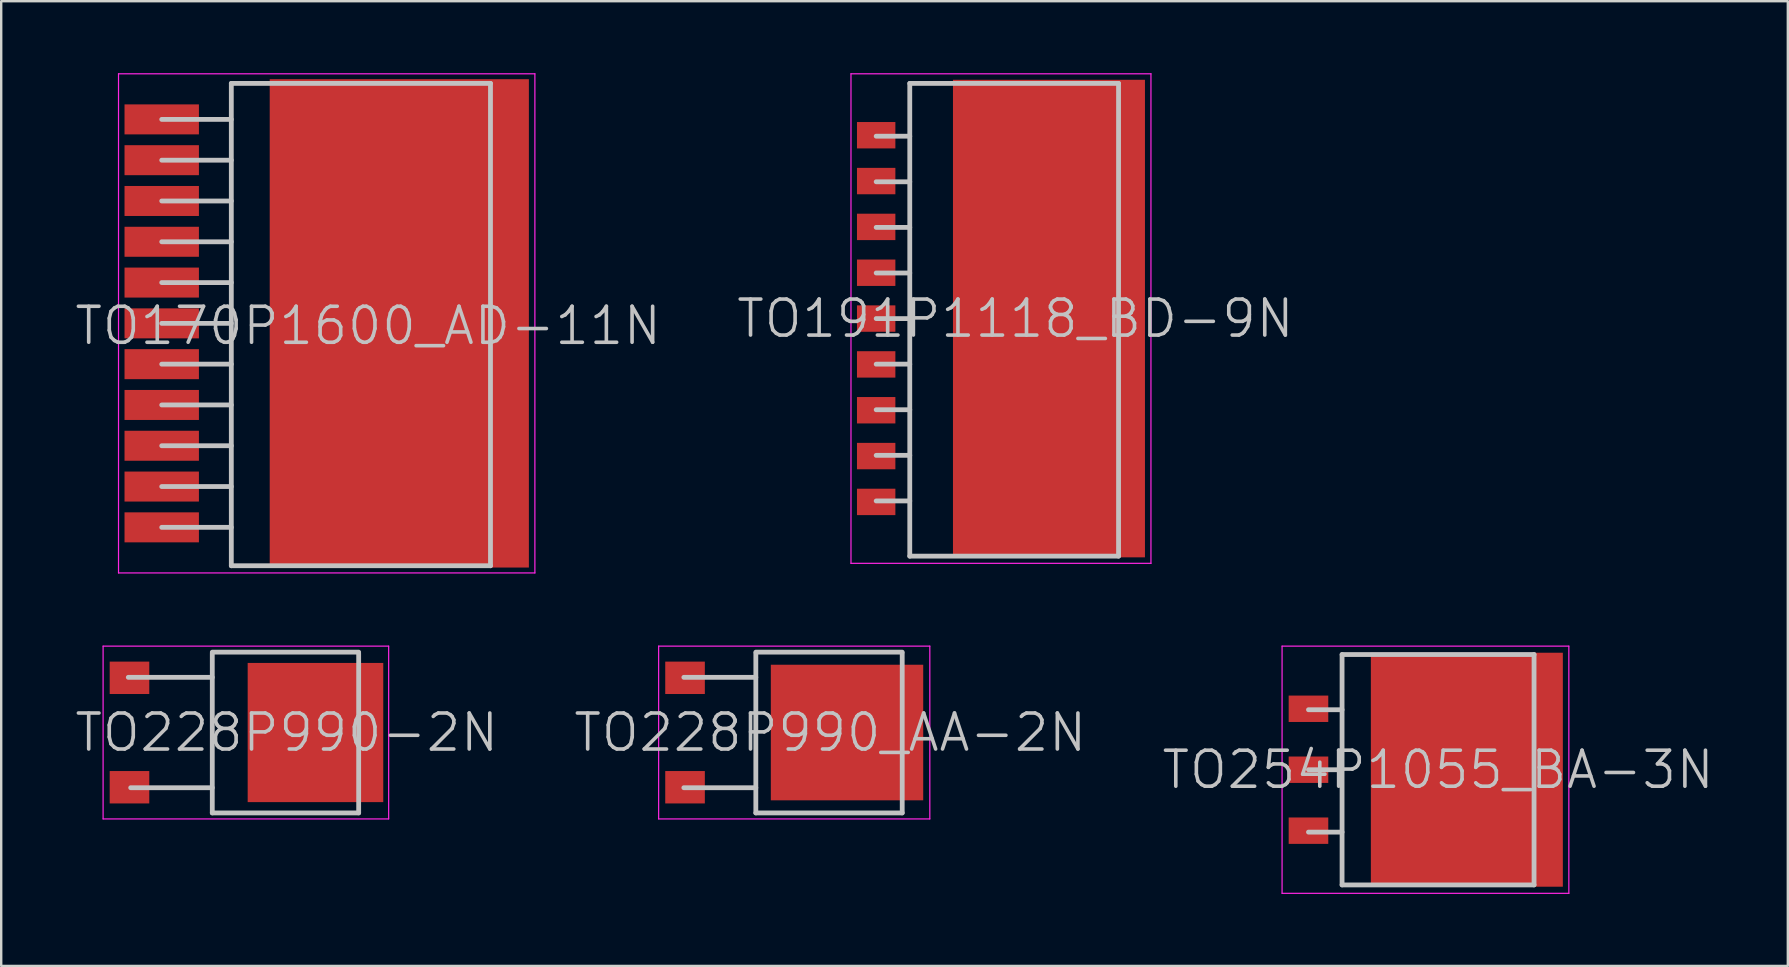
<source format=kicad_pcb>
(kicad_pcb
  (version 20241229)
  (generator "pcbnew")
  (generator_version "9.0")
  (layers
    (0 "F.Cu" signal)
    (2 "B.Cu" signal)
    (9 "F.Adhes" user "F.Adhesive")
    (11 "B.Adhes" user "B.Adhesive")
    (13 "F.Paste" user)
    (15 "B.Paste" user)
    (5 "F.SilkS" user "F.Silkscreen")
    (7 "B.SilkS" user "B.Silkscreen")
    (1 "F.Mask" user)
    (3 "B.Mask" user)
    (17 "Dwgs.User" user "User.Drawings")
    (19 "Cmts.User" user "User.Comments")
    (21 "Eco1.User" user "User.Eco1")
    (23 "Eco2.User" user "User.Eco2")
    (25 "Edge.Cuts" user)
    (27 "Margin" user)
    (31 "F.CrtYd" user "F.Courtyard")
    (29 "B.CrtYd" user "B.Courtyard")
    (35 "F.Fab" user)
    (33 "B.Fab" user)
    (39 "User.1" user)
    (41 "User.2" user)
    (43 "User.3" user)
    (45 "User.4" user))
  (footprint "TO228P990-2N"
    (layer "F.Cu")
    (at 6.896 27.475)
    (property "Reference" "TO228P990-2N" (at 2 0 180) (layer "Dwgs.User") (effects (font (size 1.5 1.5) (thickness 0.15))))
    (attr smd)
    (fp_line (start -4.6 -2.3) (end -1.1 -2.3) (stroke (width 0.2) (type solid)) (layer "Dwgs.User"))
    (fp_line (start -4.5 2.3) (end -1.1 2.3) (stroke (width 0.2) (type solid)) (layer "Dwgs.User"))
    (fp_line (start -1.1 -3.35) (end 5 -3.35) (stroke (width 0.2) (type solid)) (layer "Dwgs.User"))
    (fp_line (start -1.1 -3.3) (end -1.1 3.35) (stroke (width 0.2) (type solid)) (layer "Dwgs.User"))
    (fp_line (start -1.1 3.35) (end 5 3.35) (stroke (width 0.2) (type solid)) (layer "Dwgs.User"))
    (fp_line (start 5 -3.3) (end 5 3.35) (stroke (width 0.2) (type solid)) (layer "Dwgs.User"))
    (fp_line (start -5.65 -3.6) (end -5.65 3.6) (stroke (width 0.05) (type solid)) (layer "F.CrtYd"))
    (fp_line (start 6.25 -3.6) (end -5.65 -3.6) (stroke (width 0.05) (type solid)) (layer "F.CrtYd"))
    (fp_line (start 6.25 -3.6) (end 6.25 3.6) (stroke (width 0.05) (type solid)) (layer "F.CrtYd"))
    (fp_line (start 6.25 3.6) (end -5.65 3.6) (stroke (width 0.05) (type solid)) (layer "F.CrtYd"))
    (pad "1" smd rect (at -4.55 -2.28 270) (size 1.35 1.65) (layers "F.Cu" "F.Mask" "F.Paste"))
    (pad "3" smd rect (at -4.55 2.28 270) (size 1.35 1.65) (layers "F.Cu" "F.Mask" "F.Paste"))
    (pad "4" smd rect (at 3.2 0 270) (size 5.8 5.65) (layers "F.Cu" "F.Mask" "F.Paste")))
  (footprint "TO170P1600_AD-11N"
    (layer "F.Cu")
    (at 10.589 10.425)
    (property "Reference" "TO170P1600_AD-11N" (at 1.7 0.1 180) (layer "Dwgs.User") (effects (font (size 1.5 1.5) (thickness 0.15))))
    (attr smd)
    (fp_line (start -6.9 -8.5) (end -4 -8.5) (stroke (width 0.2) (type solid)) (layer "Dwgs.User"))
    (fp_line (start -6.9 -6.8) (end -4 -6.8) (stroke (width 0.2) (type solid)) (layer "Dwgs.User"))
    (fp_line (start -6.9 -5.1) (end -4 -5.1) (stroke (width 0.2) (type solid)) (layer "Dwgs.User"))
    (fp_line (start -6.9 -3.4) (end -4 -3.4) (stroke (width 0.2) (type solid)) (layer "Dwgs.User"))
    (fp_line (start -6.9 -1.7) (end -4 -1.7) (stroke (width 0.2) (type solid)) (layer "Dwgs.User"))
    (fp_line (start -6.9 0) (end -4 0) (stroke (width 0.2) (type solid)) (layer "Dwgs.User"))
    (fp_line (start -6.9 1.7) (end -4 1.7) (stroke (width 0.2) (type solid)) (layer "Dwgs.User"))
    (fp_line (start -6.9 3.4) (end -4 3.4) (stroke (width 0.2) (type solid)) (layer "Dwgs.User"))
    (fp_line (start -6.9 5.1) (end -4 5.1) (stroke (width 0.2) (type solid)) (layer "Dwgs.User"))
    (fp_line (start -6.9 6.8) (end -4 6.8) (stroke (width 0.2) (type solid)) (layer "Dwgs.User"))
    (fp_line (start -6.9 8.5) (end -4 8.5) (stroke (width 0.2) (type solid)) (layer "Dwgs.User"))
    (fp_line (start -4 -10) (end -4 10.1) (stroke (width 0.2) (type solid)) (layer "Dwgs.User"))
    (fp_line (start -4 -10) (end 6.8 -10) (stroke (width 0.2) (type solid)) (layer "Dwgs.User"))
    (fp_line (start -4 10.1) (end 6.8 10.1) (stroke (width 0.2) (type solid)) (layer "Dwgs.User"))
    (fp_line (start 6.8 -10) (end 6.8 10.1) (stroke (width 0.2) (type solid)) (layer "Dwgs.User"))
    (fp_line (start -8.7 -10.4) (end -8.7 10.4) (stroke (width 0.05) (type solid)) (layer "F.CrtYd"))
    (fp_line (start 8.65 -10.4) (end -8.7 -10.4) (stroke (width 0.05) (type solid)) (layer "F.CrtYd"))
    (fp_line (start 8.65 -10.4) (end 8.65 10.4) (stroke (width 0.05) (type solid)) (layer "F.CrtYd"))
    (fp_line (start 8.65 10.4) (end -8.7 10.4) (stroke (width 0.05) (type solid)) (layer "F.CrtYd"))
    (pad "1" smd rect (at -6.9 -8.5 270) (size 1.25 3.1) (layers "F.Cu" "F.Mask" "F.Paste"))
    (pad "2" smd rect (at -6.9 -6.8 270) (size 1.25 3.1) (layers "F.Cu" "F.Mask" "F.Paste"))
    (pad "3" smd rect (at -6.9 -5.1 270) (size 1.25 3.1) (layers "F.Cu" "F.Mask" "F.Paste"))
    (pad "4" smd rect (at -6.9 -3.4 270) (size 1.25 3.1) (layers "F.Cu" "F.Mask" "F.Paste"))
    (pad "5" smd rect (at -6.9 -1.7 270) (size 1.25 3.1) (layers "F.Cu" "F.Mask" "F.Paste"))
    (pad "6" smd rect (at -6.9 0 270) (size 1.25 3.1) (layers "F.Cu" "F.Mask" "F.Paste"))
    (pad "7" smd rect (at -6.9 1.7 270) (size 1.25 3.1) (layers "F.Cu" "F.Mask" "F.Paste"))
    (pad "8" smd rect (at -6.9 3.4 270) (size 1.25 3.1) (layers "F.Cu" "F.Mask" "F.Paste"))
    (pad "9" smd rect (at -6.9 5.1 270) (size 1.25 3.1) (layers "F.Cu" "F.Mask" "F.Paste"))
    (pad "10" smd rect (at -6.9 6.8 270) (size 1.25 3.1) (layers "F.Cu" "F.Mask" "F.Paste"))
    (pad "11" smd rect (at -6.9 8.5 270) (size 1.25 3.1) (layers "F.Cu" "F.Mask" "F.Paste"))
    (pad "12" smd rect (at 3 0 270) (size 20.35 10.8) (layers "F.Cu" "F.Mask" "F.Paste")))
  (footprint "TO228P990_AA-2N"
    (layer "F.Cu")
    (at 30.046 27.475)
    (property "Reference" "TO228P990_AA-2N" (at 1.5 0 180) (layer "Dwgs.User") (effects (font (size 1.5 1.5) (thickness 0.15))))
    (attr smd)
    (fp_line (start -4.6 -2.3) (end -1.6 -2.3) (stroke (width 0.2) (type solid)) (layer "Dwgs.User"))
    (fp_line (start -4.6 2.3) (end -1.6 2.3) (stroke (width 0.2) (type solid)) (layer "Dwgs.User"))
    (fp_line (start -1.6 -3.35) (end 4.5 -3.35) (stroke (width 0.2) (type solid)) (layer "Dwgs.User"))
    (fp_line (start -1.6 -3.3) (end -1.6 3.35) (stroke (width 0.2) (type solid)) (layer "Dwgs.User"))
    (fp_line (start -1.6 3.35) (end 4.5 3.35) (stroke (width 0.2) (type solid)) (layer "Dwgs.User"))
    (fp_line (start 4.5 -3.3) (end 4.5 3.35) (stroke (width 0.2) (type solid)) (layer "Dwgs.User"))
    (fp_line (start -5.65 -3.6) (end -5.65 3.6) (stroke (width 0.05) (type solid)) (layer "F.CrtYd"))
    (fp_line (start 5.65 -3.6) (end -5.65 -3.6) (stroke (width 0.05) (type solid)) (layer "F.CrtYd"))
    (fp_line (start 5.65 -3.6) (end 5.65 3.6) (stroke (width 0.05) (type solid)) (layer "F.CrtYd"))
    (fp_line (start 5.65 3.6) (end -5.65 3.6) (stroke (width 0.05) (type solid)) (layer "F.CrtYd"))
    (pad "1" smd rect (at -4.55 -2.28 270) (size 1.35 1.65) (layers "F.Cu" "F.Mask" "F.Paste"))
    (pad "3" smd rect (at -4.55 2.28 270) (size 1.35 1.65) (layers "F.Cu" "F.Mask" "F.Paste"))
    (pad "4" smd rect (at 2.2 0 270) (size 5.65 6.35) (layers "F.Cu" "F.Mask" "F.Paste")))
  (footprint "TO254P1055_BA-3N"
    (layer "F.Cu")
    (at 56.375 29.025)
    (property "Reference" "TO254P1055_BA-3N" (at 0.5 0 180) (layer "Dwgs.User") (effects (font (size 1.5 1.5) (thickness 0.15))))
    (attr smd)
    (fp_line (start -4.9 -2.5) (end -3.5 -2.5) (stroke (width 0.2) (type solid)) (layer "Dwgs.User"))
    (fp_line (start -4.9 0) (end -3.5 0) (stroke (width 0.2) (type solid)) (layer "Dwgs.User"))
    (fp_line (start -4.9 2.6) (end -3.5 2.6) (stroke (width 0.2) (type solid)) (layer "Dwgs.User"))
    (fp_line (start -3.5 -4.8) (end -3.5 4.8) (stroke (width 0.2) (type solid)) (layer "Dwgs.User"))
    (fp_line (start -3.5 -4.8) (end 4.5 -4.8) (stroke (width 0.2) (type solid)) (layer "Dwgs.User"))
    (fp_line (start -3.5 4.8) (end 4.5 4.8) (stroke (width 0.2) (type solid)) (layer "Dwgs.User"))
    (fp_line (start 4.5 -4.8) (end 4.5 4.8) (stroke (width 0.2) (type solid)) (layer "Dwgs.User"))
    (fp_line (start -6 -5.15) (end -6 5.15) (stroke (width 0.05) (type solid)) (layer "F.CrtYd"))
    (fp_line (start 5.95 -5.15) (end -6 -5.15) (stroke (width 0.05) (type solid)) (layer "F.CrtYd"))
    (fp_line (start 5.95 -5.15) (end 5.95 5.15) (stroke (width 0.05) (type solid)) (layer "F.CrtYd"))
    (fp_line (start 5.95 5.15) (end -6 5.15) (stroke (width 0.05) (type solid)) (layer "F.CrtYd"))
    (pad "1" smd rect (at -4.9 -2.54 270) (size 1.1 1.65) (layers "F.Cu" "F.Mask" "F.Paste"))
    (pad "2" smd rect (at -4.9 0 270) (size 1.1 1.65) (layers "F.Cu" "F.Mask" "F.Paste"))
    (pad "3" smd rect (at -4.9 2.54 270) (size 1.1 1.65) (layers "F.Cu" "F.Mask" "F.Paste"))
    (pad "4" smd rect (at 1.7 0 270) (size 9.75 8) (layers "F.Cu" "F.Mask" "F.Paste")))
  (footprint "TO191P1118_BD-9N"
    (layer "F.Cu")
    (at 38.661 10.225)
    (property "Reference" "TO191P1118_BD-9N" (at 0.6 0 180) (layer "Dwgs.User") (effects (font (size 1.5 1.5) (thickness 0.15))))
    (attr smd)
    (fp_line (start -5.2 -7.6) (end -3.8 -7.6) (stroke (width 0.2) (type solid)) (layer "Dwgs.User"))
    (fp_line (start -5.2 -5.7) (end -3.8 -5.7) (stroke (width 0.2) (type solid)) (layer "Dwgs.User"))
    (fp_line (start -5.2 -3.8) (end -3.8 -3.8) (stroke (width 0.2) (type solid)) (layer "Dwgs.User"))
    (fp_line (start -5.2 -1.9) (end -3.8 -1.9) (stroke (width 0.2) (type solid)) (layer "Dwgs.User"))
    (fp_line (start -5.2 0) (end -3.8 0) (stroke (width 0.2) (type solid)) (layer "Dwgs.User"))
    (fp_line (start -5.2 1.9) (end -3.8 1.9) (stroke (width 0.2) (type solid)) (layer "Dwgs.User"))
    (fp_line (start -5.2 3.8) (end -3.8 3.8) (stroke (width 0.2) (type solid)) (layer "Dwgs.User"))
    (fp_line (start -5.2 5.7) (end -3.8 5.7) (stroke (width 0.2) (type solid)) (layer "Dwgs.User"))
    (fp_line (start -5.2 7.6) (end -3.8 7.6) (stroke (width 0.2) (type solid)) (layer "Dwgs.User"))
    (fp_line (start -3.8 -9.8) (end -3.8 9.9) (stroke (width 0.2) (type solid)) (layer "Dwgs.User"))
    (fp_line (start -3.8 -9.8) (end 4.9 -9.8) (stroke (width 0.2) (type solid)) (layer "Dwgs.User"))
    (fp_line (start -3.8 9.9) (end 4.9 9.9) (stroke (width 0.2) (type solid)) (layer "Dwgs.User"))
    (fp_line (start 4.9 -9.8) (end 4.9 9.9) (stroke (width 0.2) (type solid)) (layer "Dwgs.User"))
    (fp_line (start -6.25 -10.2) (end -6.25 10.2) (stroke (width 0.05) (type solid)) (layer "F.CrtYd"))
    (fp_line (start 6.25 -10.2) (end -6.25 -10.2) (stroke (width 0.05) (type solid)) (layer "F.CrtYd"))
    (fp_line (start 6.25 -10.2) (end 6.25 10.2) (stroke (width 0.05) (type solid)) (layer "F.CrtYd"))
    (fp_line (start 6.25 10.2) (end -6.25 10.2) (stroke (width 0.05) (type solid)) (layer "F.CrtYd"))
    (pad "1" smd rect (at -5.2 -7.64 270) (size 1.1 1.6) (layers "F.Cu" "F.Mask" "F.Paste"))
    (pad "2" smd rect (at -5.2 -5.73 270) (size 1.1 1.6) (layers "F.Cu" "F.Mask" "F.Paste"))
    (pad "3" smd rect (at -5.2 -3.82 270) (size 1.1 1.6) (layers "F.Cu" "F.Mask" "F.Paste"))
    (pad "4" smd rect (at -5.2 -1.91 270) (size 1.1 1.6) (layers "F.Cu" "F.Mask" "F.Paste"))
    (pad "5" smd rect (at -5.2 0 270) (size 1.1 1.6) (layers "F.Cu" "F.Mask" "F.Paste"))
    (pad "6" smd rect (at -5.2 1.91 270) (size 1.1 1.6) (layers "F.Cu" "F.Mask" "F.Paste"))
    (pad "7" smd rect (at -5.2 3.82 270) (size 1.1 1.6) (layers "F.Cu" "F.Mask" "F.Paste"))
    (pad "8" smd rect (at -5.2 5.73 270) (size 1.1 1.6) (layers "F.Cu" "F.Mask" "F.Paste"))
    (pad "9" smd rect (at -5.2 7.64 270) (size 1.1 1.6) (layers "F.Cu" "F.Mask" "F.Paste"))
    (pad "10" smd rect (at 2 0 270) (size 19.9 8) (layers "F.Cu" "F.Mask" "F.Paste")))
  (gr_rect
    (start -3 -3)
    (end 71.45 37.2)
    (stroke (width 0.1) (type default))
    (fill no)
    (layer "Edge.Cuts")))
</source>
